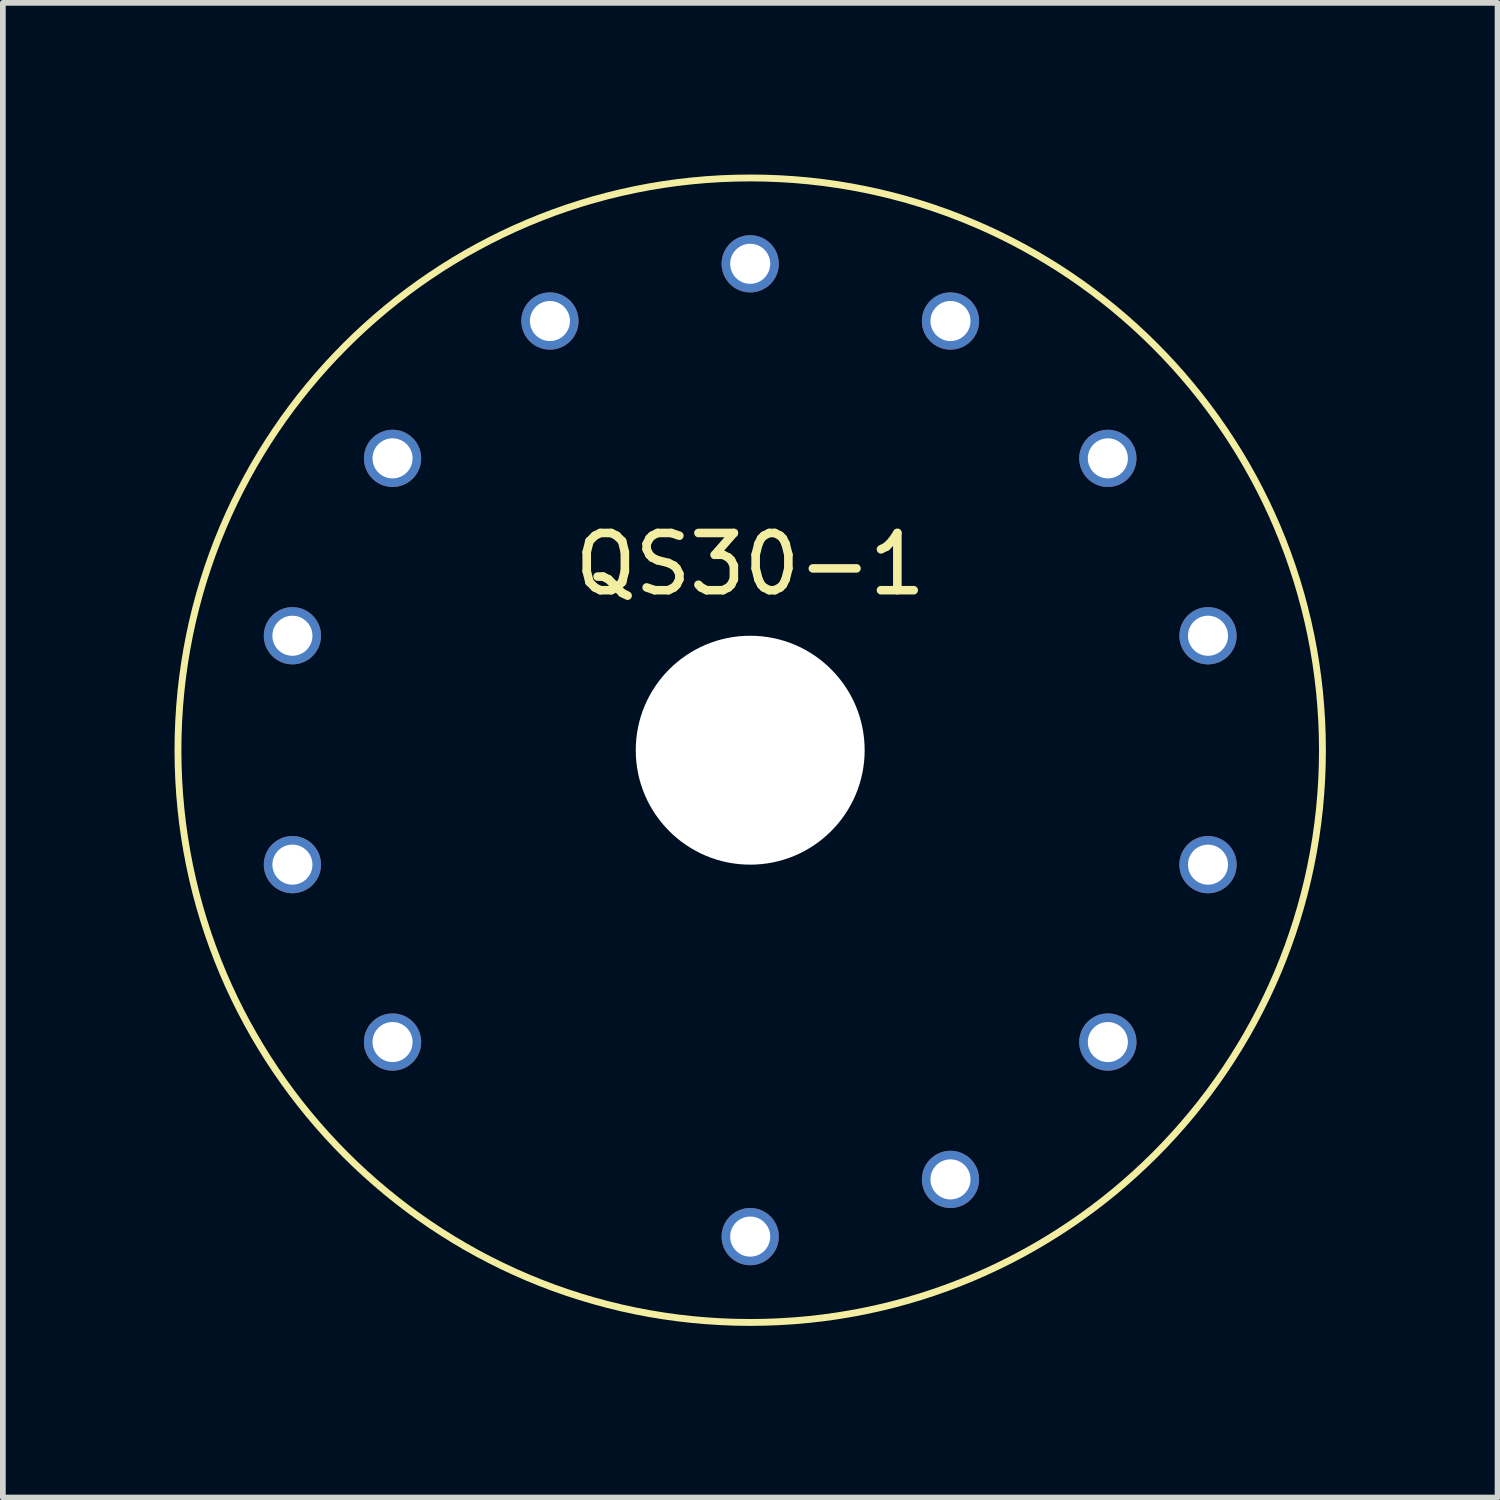
<source format=kicad_pcb>
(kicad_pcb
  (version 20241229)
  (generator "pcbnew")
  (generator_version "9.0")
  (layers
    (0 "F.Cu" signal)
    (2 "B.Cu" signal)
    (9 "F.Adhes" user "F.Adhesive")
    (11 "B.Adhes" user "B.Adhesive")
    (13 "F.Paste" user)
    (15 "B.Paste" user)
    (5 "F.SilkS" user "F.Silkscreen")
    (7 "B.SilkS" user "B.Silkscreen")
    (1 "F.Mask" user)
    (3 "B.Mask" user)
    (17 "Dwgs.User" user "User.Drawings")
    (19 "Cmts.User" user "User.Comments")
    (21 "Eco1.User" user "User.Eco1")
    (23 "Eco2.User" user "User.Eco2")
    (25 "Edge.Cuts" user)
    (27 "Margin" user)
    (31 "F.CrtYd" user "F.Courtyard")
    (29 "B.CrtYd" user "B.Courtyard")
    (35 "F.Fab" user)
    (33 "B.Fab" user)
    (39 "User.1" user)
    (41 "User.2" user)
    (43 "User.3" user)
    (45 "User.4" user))
  (footprint "QS30-1"
    (layer "F.Cu")
    (at 10.06 10.06)
    (property "Reference" "QS30-1" (at 0 -3.251 0) (layer "F.SilkS") (effects (font (size 1 1) (thickness 0.15))))
    (attr through_hole)
    (fp_circle (center 0 0) (end 10 0) (stroke (width 0.12) (type solid)) (fill no) (layer "F.SilkS"))
    (pad "" np_thru_hole circle (at 0 0) (size 4 4) (drill 4) (layers "*.Cu" "*.Mask"))
    (pad "0" thru_hole circle (at 6.25 5.1) (size 1 1) (drill 0.7) (layers "*.Cu" "*.Mask"))
    (pad "1" thru_hole circle (at -6.25 5.1) (size 1 1) (drill 0.7) (layers "*.Cu" "*.Mask"))
    (pad "2" thru_hole circle (at -8 2) (size 1 1) (drill 0.7) (layers "*.Cu" "*.Mask"))
    (pad "3" thru_hole circle (at -8 -2) (size 1 1) (drill 0.7) (layers "*.Cu" "*.Mask"))
    (pad "4" thru_hole circle (at -6.25 -5.1) (size 1 1) (drill 0.7) (layers "*.Cu" "*.Mask"))
    (pad "5" thru_hole circle (at -3.5 -7.5) (size 1 1) (drill 0.7) (layers "*.Cu" "*.Mask"))
    (pad "6" thru_hole circle (at 3.5 -7.5) (size 1 1) (drill 0.7) (layers "*.Cu" "*.Mask"))
    (pad "7" thru_hole circle (at 6.25 -5.1) (size 1 1) (drill 0.7) (layers "*.Cu" "*.Mask"))
    (pad "8" thru_hole circle (at 8 -2) (size 1 1) (drill 0.7) (layers "*.Cu" "*.Mask"))
    (pad "9" thru_hole circle (at 8 2) (size 1 1) (drill 0.7) (layers "*.Cu" "*.Mask"))
    (pad "A" thru_hole circle (at 3.5 7.5) (size 1 1) (drill 0.7) (layers "*.Cu" "*.Mask"))
    (pad "NC" thru_hole circle (at 0 -8.5) (size 1 1) (drill 0.7) (layers "*.Cu" "*.Mask"))
    (pad "NC" thru_hole circle (at 0 8.5) (size 1 1) (drill 0.7) (layers "*.Cu" "*.Mask")))
  (gr_rect
    (start -3 -3)
    (end 23.12 23.12)
    (stroke (width 0.1) (type default))
    (fill no)
    (layer "Edge.Cuts")))
</source>
